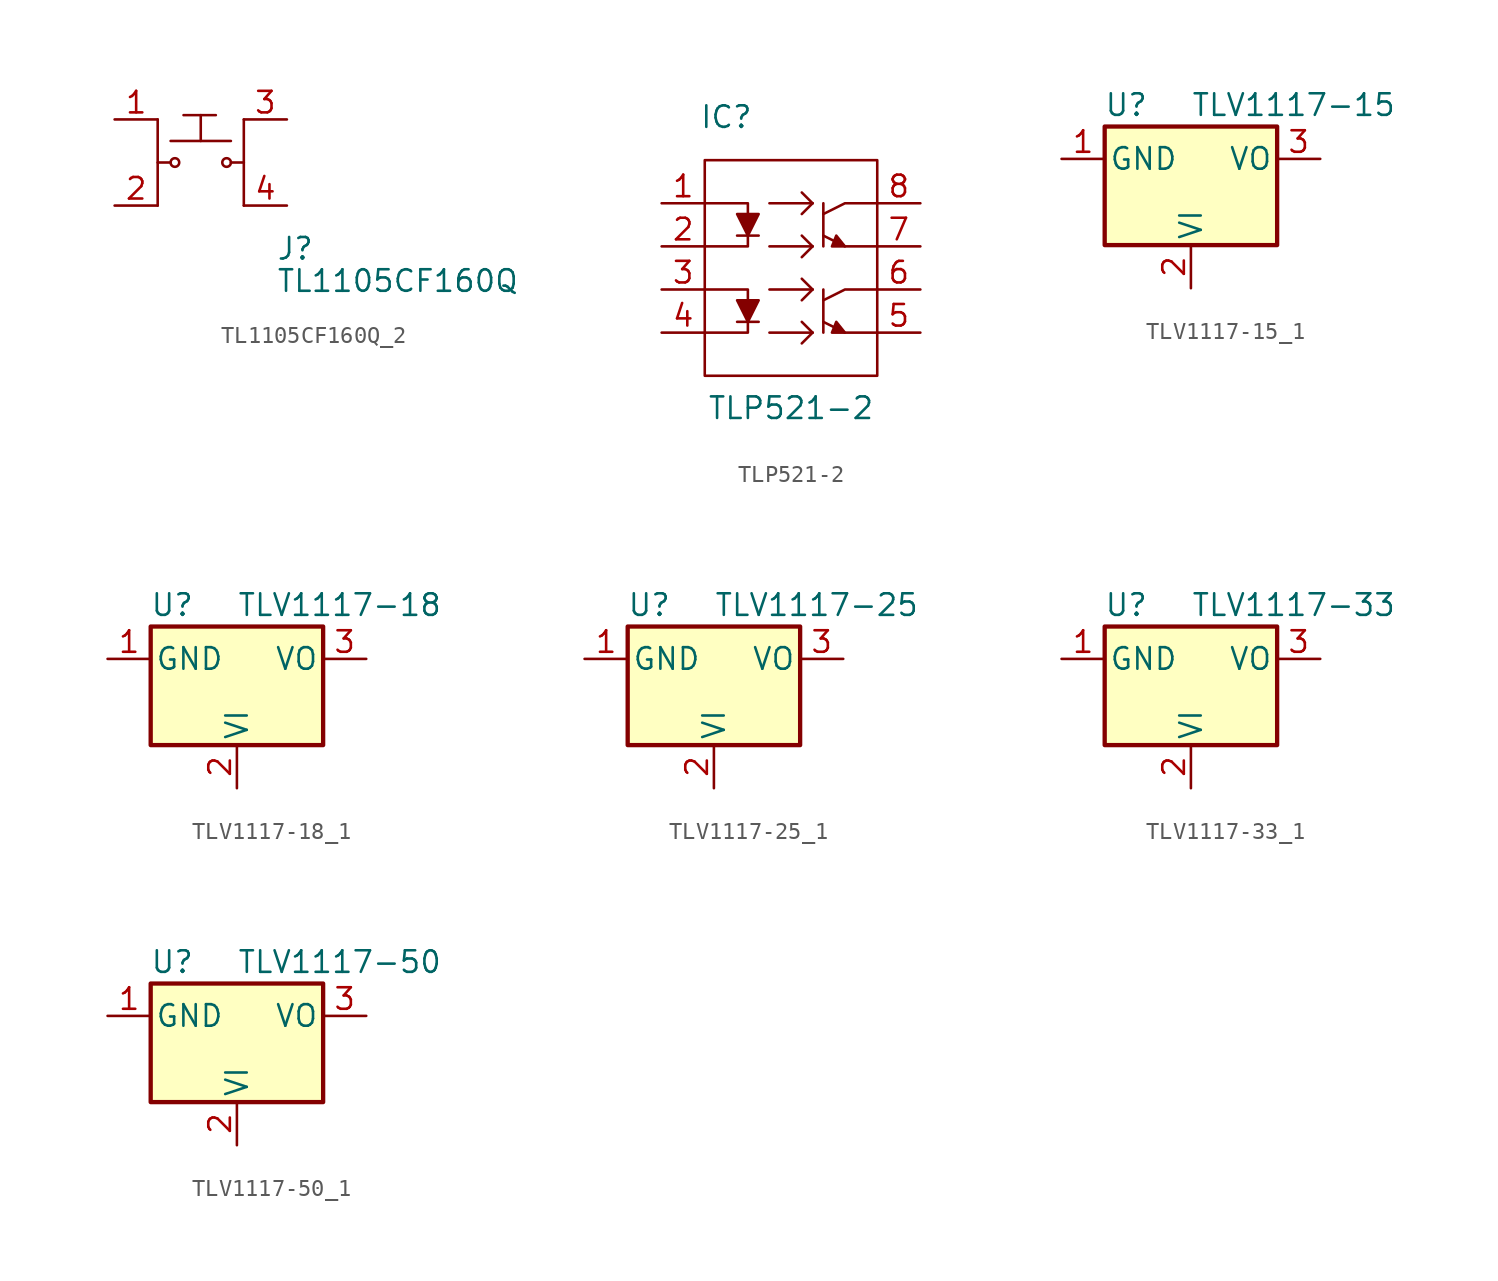
<source format=kicad_sym>
(kicad_symbol_lib
  (version 20231120)
  (generator "kicad_symbol_editor")
  (generator_version "8.0")
  (symbol "TL1105CF160Q_2"
    (pin_names
      (offset 1.016) hide)
    (property "Reference" "J"
      (at 4.445 -6.35 0)
      (effects (font (size 1.27 1.27)) (justify left)))
    (property "Value" "TL1105CF160Q"
      (at 4.445 -8.255 0)
      (effects (font (size 1.27 1.27)) (justify left)))
    (symbol "TL1105CF160Q_2_1_1"
      (circle (center -1.524 -1.27) (radius 0.254) (stroke (width 0) (type default)) (fill (type none)))
      (polyline (pts (xy -2.54 1.27) (xy -2.54 -3.81)) (stroke (width 0) (type default)) (fill (type none)))
      (polyline (pts (xy -1.778 -1.27) (xy -2.54 -1.27)) (stroke (width 0) (type default)) (fill (type none)))
      (polyline (pts (xy -1.778 0) (xy 1.778 0)) (stroke (width 0) (type default)) (fill (type none)))
      (polyline (pts (xy -1.016 1.524) (xy 0.889 1.524)) (stroke (width 0) (type default)) (fill (type none)))
      (polyline (pts (xy 0 1.524) (xy 0 0)) (stroke (width 0) (type default)) (fill (type none)))
      (polyline (pts (xy 2.54 -3.81) (xy 2.54 1.27)) (stroke (width 0) (type default)) (fill (type none)))
      (polyline (pts (xy 2.54 -1.27) (xy 1.778 -1.27)) (stroke (width 0) (type default)) (fill (type none)))
      (circle (center 1.524 -1.27) (radius 0.254) (stroke (width 0) (type default)) (fill (type none)))
      (pin passive line (at -5.08 1.27 0) (length 2.54) (name "~" (effects (font (size 1.27 1.27)))) (number "1" (effects (font (size 1.27 1.27)))))
      (pin passive line (at -5.08 -3.81 0) (length 2.54) (name "~" (effects (font (size 1.27 1.27)))) (number "2" (effects (font (size 1.27 1.27)))))
      (pin passive line (at 5.08 1.27 180) (length 2.54) (name "~" (effects (font (size 1.27 1.27)))) (number "3" (effects (font (size 1.27 1.27)))))
      (pin passive line (at 5.08 -3.81 180) (length 2.54) (name "~" (effects (font (size 1.27 1.27)))) (number "4" (effects (font (size 1.27 1.27)))))))
  (symbol "TLP521-2"
    (property "Reference" "IC"
      (at -3.81 8.89 0)
      (effects (font (size 1.27 1.27))))
    (property "Value" "TLP521-2"
      (at 0 -8.255 0)
      (effects (font (size 1.27 1.27))))
    (symbol "TLP521-2_0_0"
      (rectangle (start -5.08 6.35) (end 5.08 -6.35) (stroke (width 0.152) (type default)) (fill (type none)))
      (polyline (pts (xy -1.27 -3.81) (xy 1.27 -3.81)) (stroke (width 0.152) (type default)) (fill (type none)))
      (polyline (pts (xy -1.27 -1.27) (xy 1.27 -1.27)) (stroke (width 0.152) (type default)) (fill (type none)))
      (polyline (pts (xy -1.27 1.27) (xy 1.27 1.27)) (stroke (width 0.152) (type default)) (fill (type none)))
      (polyline (pts (xy -1.27 3.81) (xy 1.27 3.81)) (stroke (width 0.152) (type default)) (fill (type none)))
      (polyline (pts (xy 1.27 -3.81) (xy 0.635 -4.445)) (stroke (width 0.152) (type default)) (fill (type none)))
      (polyline (pts (xy 1.27 -3.81) (xy 0.635 -3.175)) (stroke (width 0.152) (type default)) (fill (type none)))
      (polyline (pts (xy 1.27 -1.27) (xy 0.635 -1.905)) (stroke (width 0.152) (type default)) (fill (type none)))
      (polyline (pts (xy 1.27 -1.27) (xy 0.635 -0.635)) (stroke (width 0.152) (type default)) (fill (type none)))
      (polyline (pts (xy 1.27 1.27) (xy 0.635 0.635)) (stroke (width 0.152) (type default)) (fill (type none)))
      (polyline (pts (xy 1.27 1.27) (xy 0.635 1.905)) (stroke (width 0.152) (type default)) (fill (type none)))
      (polyline (pts (xy 1.27 3.81) (xy 0.635 3.175)) (stroke (width 0.152) (type default)) (fill (type none)))
      (polyline (pts (xy 1.27 3.81) (xy 0.635 4.445)) (stroke (width 0.152) (type default)) (fill (type none))))
    (symbol "TLP521-2_0_1"
      (polyline (pts (xy -3.175 -3.175) (xy -1.905 -3.175)) (stroke (width 0) (type default)) (fill (type none)))
      (polyline (pts (xy -3.175 1.905) (xy -1.905 1.905)) (stroke (width 0) (type default)) (fill (type none)))
      (polyline (pts (xy 1.905 -1.27) (xy 1.905 -3.81)) (stroke (width 0) (type default)) (fill (type none)))
      (polyline (pts (xy 1.905 3.81) (xy 1.905 1.27)) (stroke (width 0) (type default)) (fill (type none)))
      (polyline (pts (xy -5.08 -3.81) (xy -2.54 -3.81) (xy -2.54 -3.175)) (stroke (width 0) (type default)) (fill (type none)))
      (polyline (pts (xy -5.08 -1.27) (xy -2.54 -1.27) (xy -2.54 -1.905)) (stroke (width 0) (type default)) (fill (type none)))
      (polyline (pts (xy -5.08 1.27) (xy -2.54 1.27) (xy -2.54 1.905)) (stroke (width 0) (type default)) (fill (type none)))
      (polyline (pts (xy -5.08 3.81) (xy -2.54 3.81) (xy -2.54 3.175)) (stroke (width 0) (type default)) (fill (type none)))
      (polyline (pts (xy 1.905 -3.175) (xy 3.175 -3.81) (xy 5.08 -3.81)) (stroke (width 0) (type default)) (fill (type none)))
      (polyline (pts (xy 1.905 -1.905) (xy 3.175 -1.27) (xy 5.08 -1.27)) (stroke (width 0) (type default)) (fill (type none)))
      (polyline (pts (xy 1.905 1.905) (xy 3.175 1.27) (xy 5.08 1.27)) (stroke (width 0) (type default)) (fill (type none)))
      (polyline (pts (xy 1.905 3.175) (xy 3.175 3.81) (xy 5.08 3.81)) (stroke (width 0) (type default)) (fill (type none)))
      (polyline (pts (xy -3.175 -1.905) (xy -1.905 -1.905) (xy -2.54 -3.175) (xy -3.175 -1.905)) (stroke (width 0) (type default)) (fill (type outline)))
      (polyline (pts (xy -3.175 3.175) (xy -1.905 3.175) (xy -2.54 1.905) (xy -3.175 3.175)) (stroke (width 0) (type default)) (fill (type outline)))
      (polyline (pts (xy 3.175 -3.81) (xy 2.667 -3.175) (xy 2.413 -3.81) (xy 3.175 -3.81)) (stroke (width 0) (type default)) (fill (type outline)))
      (polyline (pts (xy 3.175 1.27) (xy 2.667 1.905) (xy 2.413 1.27) (xy 3.175 1.27)) (stroke (width 0) (type default)) (fill (type outline))))
    (symbol "TLP521-2_1_1"
      (pin input line (at -7.62 3.81 0) (length 2.54) (name "" (effects (font (size 1.27 1.27)))) (number "1" (effects (font (size 1.27 1.27)))))
      (pin input line (at -7.62 1.27 0) (length 2.54) (name "" (effects (font (size 1.27 1.27)))) (number "2" (effects (font (size 1.27 1.27)))))
      (pin input line (at -7.62 -1.27 0) (length 2.54) (name "" (effects (font (size 1.27 1.27)))) (number "3" (effects (font (size 1.27 1.27)))))
      (pin input line (at -7.62 -3.81 0) (length 2.54) (name "" (effects (font (size 1.27 1.27)))) (number "4" (effects (font (size 1.27 1.27)))))
      (pin input line (at 7.62 -3.81 180) (length 2.54) (name "" (effects (font (size 1.27 1.27)))) (number "5" (effects (font (size 1.27 1.27)))))
      (pin input line (at 7.62 -1.27 180) (length 2.54) (name "" (effects (font (size 1.27 1.27)))) (number "6" (effects (font (size 1.27 1.27)))))
      (pin input line (at 7.62 1.27 180) (length 2.54) (name "" (effects (font (size 1.27 1.27)))) (number "7" (effects (font (size 1.27 1.27)))))
      (pin input line (at 7.62 3.81 180) (length 2.54) (name "" (effects (font (size 1.27 1.27)))) (number "8" (effects (font (size 1.27 1.27)))))))
  (symbol "TLV1117-15_1"
    (pin_names
      (offset 0.254))
    (property "Reference" "U"
      (at -3.81 3.175 0)
      (effects (font (size 1.27 1.27))))
    (property "Value" "TLV1117-15"
      (at 0 3.175 0)
      (effects (font (size 1.27 1.27)) (justify left)))
    (symbol "TLV1117-15_1_0_1"
      (rectangle (start -5.08 -5.08) (end 5.08 1.905) (stroke (width 0.254) (type default)) (fill (type background))))
    (symbol "TLV1117-15_1_1_1"
      (pin power_in line (at -7.62 0 0) (length 2.54) (name "GND" (effects (font (size 1.27 1.27)))) (number "1" (effects (font (size 1.27 1.27)))))
      (pin power_in line (at 0 -7.62 90) (length 2.54) (name "VI" (effects (font (size 1.27 1.27)))) (number "2" (effects (font (size 1.27 1.27)))))
      (pin power_out line (at 7.62 0 180) (length 2.54) (name "VO" (effects (font (size 1.27 1.27)))) (number "3" (effects (font (size 1.27 1.27)))))))
  (symbol "TLV1117-18_1"
    (pin_names
      (offset 0.254))
    (property "Reference" "U"
      (at -3.81 3.175 0)
      (effects (font (size 1.27 1.27))))
    (property "Value" "TLV1117-18"
      (at 0 3.175 0)
      (effects (font (size 1.27 1.27)) (justify left)))
    (symbol "TLV1117-18_1_0_1"
      (rectangle (start -5.08 -5.08) (end 5.08 1.905) (stroke (width 0.254) (type default)) (fill (type background))))
    (symbol "TLV1117-18_1_1_1"
      (pin power_in line (at -7.62 0 0) (length 2.54) (name "GND" (effects (font (size 1.27 1.27)))) (number "1" (effects (font (size 1.27 1.27)))))
      (pin power_in line (at 0 -7.62 90) (length 2.54) (name "VI" (effects (font (size 1.27 1.27)))) (number "2" (effects (font (size 1.27 1.27)))))
      (pin power_out line (at 7.62 0 180) (length 2.54) (name "VO" (effects (font (size 1.27 1.27)))) (number "3" (effects (font (size 1.27 1.27)))))))
  (symbol "TLV1117-25_1"
    (pin_names
      (offset 0.254))
    (property "Reference" "U"
      (at -3.81 3.175 0)
      (effects (font (size 1.27 1.27))))
    (property "Value" "TLV1117-25"
      (at 0 3.175 0)
      (effects (font (size 1.27 1.27)) (justify left)))
    (symbol "TLV1117-25_1_0_1"
      (rectangle (start -5.08 -5.08) (end 5.08 1.905) (stroke (width 0.254) (type default)) (fill (type background))))
    (symbol "TLV1117-25_1_1_1"
      (pin power_in line (at -7.62 0 0) (length 2.54) (name "GND" (effects (font (size 1.27 1.27)))) (number "1" (effects (font (size 1.27 1.27)))))
      (pin power_in line (at 0 -7.62 90) (length 2.54) (name "VI" (effects (font (size 1.27 1.27)))) (number "2" (effects (font (size 1.27 1.27)))))
      (pin power_out line (at 7.62 0 180) (length 2.54) (name "VO" (effects (font (size 1.27 1.27)))) (number "3" (effects (font (size 1.27 1.27)))))))
  (symbol "TLV1117-33_1"
    (pin_names
      (offset 0.254))
    (property "Reference" "U"
      (at -3.81 3.175 0)
      (effects (font (size 1.27 1.27))))
    (property "Value" "TLV1117-33"
      (at 0 3.175 0)
      (effects (font (size 1.27 1.27)) (justify left)))
    (symbol "TLV1117-33_1_0_1"
      (rectangle (start -5.08 -5.08) (end 5.08 1.905) (stroke (width 0.254) (type default)) (fill (type background))))
    (symbol "TLV1117-33_1_1_1"
      (pin power_in line (at -7.62 0 0) (length 2.54) (name "GND" (effects (font (size 1.27 1.27)))) (number "1" (effects (font (size 1.27 1.27)))))
      (pin power_in line (at 0 -7.62 90) (length 2.54) (name "VI" (effects (font (size 1.27 1.27)))) (number "2" (effects (font (size 1.27 1.27)))))
      (pin power_out line (at 7.62 0 180) (length 2.54) (name "VO" (effects (font (size 1.27 1.27)))) (number "3" (effects (font (size 1.27 1.27)))))))
  (symbol "TLV1117-50_1"
    (pin_names
      (offset 0.254))
    (property "Reference" "U"
      (at -3.81 3.175 0)
      (effects (font (size 1.27 1.27))))
    (property "Value" "TLV1117-50"
      (at 0 3.175 0)
      (effects (font (size 1.27 1.27)) (justify left)))
    (symbol "TLV1117-50_1_0_1"
      (rectangle (start -5.08 -5.08) (end 5.08 1.905) (stroke (width 0.254) (type default)) (fill (type background))))
    (symbol "TLV1117-50_1_1_1"
      (pin power_in line (at -7.62 0 0) (length 2.54) (name "GND" (effects (font (size 1.27 1.27)))) (number "1" (effects (font (size 1.27 1.27)))))
      (pin power_in line (at 0 -7.62 90) (length 2.54) (name "VI" (effects (font (size 1.27 1.27)))) (number "2" (effects (font (size 1.27 1.27)))))
      (pin power_out line (at 7.62 0 180) (length 2.54) (name "VO" (effects (font (size 1.27 1.27)))) (number "3" (effects (font (size 1.27 1.27))))))))
</source>
